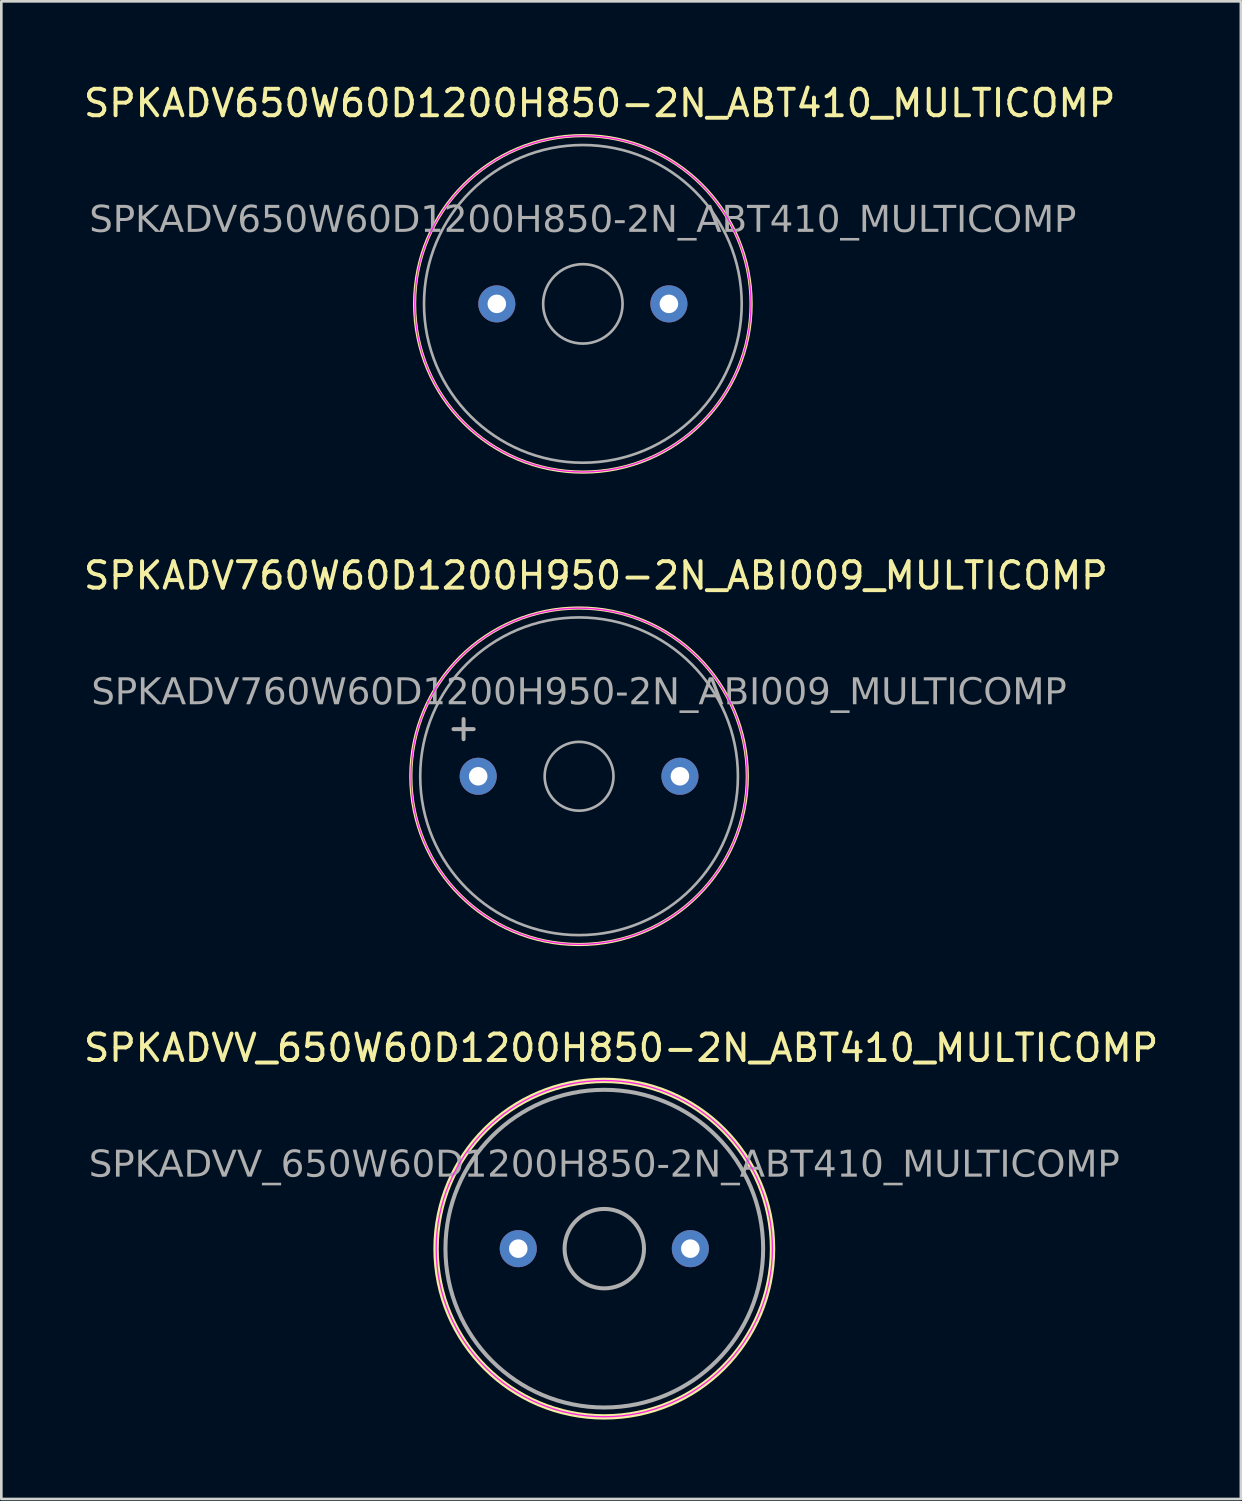
<source format=kicad_pcb>
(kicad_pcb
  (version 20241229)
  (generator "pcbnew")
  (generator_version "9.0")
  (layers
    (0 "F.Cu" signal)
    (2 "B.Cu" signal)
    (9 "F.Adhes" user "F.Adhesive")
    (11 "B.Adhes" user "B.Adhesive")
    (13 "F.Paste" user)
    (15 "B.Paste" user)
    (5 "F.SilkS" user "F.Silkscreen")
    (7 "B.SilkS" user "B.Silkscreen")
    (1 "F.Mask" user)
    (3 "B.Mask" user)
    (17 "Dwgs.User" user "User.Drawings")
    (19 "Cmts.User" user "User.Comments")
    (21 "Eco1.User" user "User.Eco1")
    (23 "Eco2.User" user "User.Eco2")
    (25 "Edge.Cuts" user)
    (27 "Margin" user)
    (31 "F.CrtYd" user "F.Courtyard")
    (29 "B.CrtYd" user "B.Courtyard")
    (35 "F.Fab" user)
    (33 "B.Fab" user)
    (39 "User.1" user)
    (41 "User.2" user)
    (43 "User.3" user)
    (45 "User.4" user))
  (footprint "SPKADVV_650W60D1200H850-2N_ABT410_MULTICOMP"
    (layer "F.Cu")
    (at 19.776 44.115)
    (property "Reference" "SPKADVV_650W60D1200H850-2N_ABT410_MULTICOMP" (at 0.635 -7.58 0) (layer "F.SilkS") (effects (font (size 1 1) (thickness 0.15))))
    (attr through_hole)
    (fp_circle (center 0 0) (end 6.355 0) (stroke (width 0.203) (type solid)) (fill no) (layer "F.SilkS"))
    (fp_circle (center 0 0) (end 6.35 0) (stroke (width 0.05) (type solid)) (fill no) (layer "F.CrtYd"))
    (fp_circle (center 0 0) (end 1.5 0) (stroke (width 0.152) (type solid)) (fill no) (layer "F.Fab"))
    (fp_circle (center 0 0) (end 6 0) (stroke (width 0.152) (type solid)) (fill no) (layer "F.Fab"))
    (fp_text user "${REFERENCE}" (at 0 -3.135 0) (layer "F.Fab") (effects (font (face "Tahoma") (size 1 1) (thickness 0.15))))
    (pad "1" thru_hole circle (at -3.25 0) (size 1.4 1.4) (drill 0.7) (layers "*.Cu" "*.Mask"))
    (pad "2" thru_hole circle (at 3.25 0) (size 1.4 1.4) (drill 0.7) (layers "*.Cu" "*.Mask")))
  (footprint "SPKADV760W60D1200H950-2N_ABI009_MULTICOMP"
    (layer "F.Cu")
    (at 18.823 26.272)
    (property "Reference" "SPKADV760W60D1200H950-2N_ABI009_MULTICOMP" (at 0.635 -7.58 0) (layer "F.SilkS") (effects (font (size 1 1) (thickness 0.15))))
    (attr through_hole)
    (fp_circle (center 0 0) (end 6.355 0) (stroke (width 0.12) (type solid)) (fill no) (layer "F.SilkS"))
    (fp_circle (center 0 0) (end 6.35 0) (stroke (width 0.05) (type solid)) (fill no) (layer "F.CrtYd"))
    (fp_circle (center 0 0) (end 1.3 0) (stroke (width 0.1) (type solid)) (fill no) (layer "F.Fab"))
    (fp_circle (center 0 0) (end 6 0) (stroke (width 0.1) (type solid)) (fill no) (layer "F.Fab"))
    (fp_text user "+" (at -5.08 -1.27 0) (unlocked yes) (layer "F.Fab") (effects (font (size 1 1) (thickness 0.15)) (justify left bottom)))
    (fp_text user "${REFERENCE}" (at 0 -3.135 0) (layer "F.Fab") (effects (font (face "Tahoma") (size 1 1) (thickness 0.15))))
    (pad "1" thru_hole circle (at -3.81 0) (size 1.4 1.4) (drill 0.7) (layers "*.Cu" "*.Mask"))
    (pad "2" thru_hole circle (at 3.81 0) (size 1.4 1.4) (drill 0.7) (layers "*.Cu" "*.Mask")))
  (footprint "SPKADV650W60D1200H850-2N_ABT410_MULTICOMP"
    (layer "F.Cu")
    (at 18.966 8.428)
    (property "Reference" "SPKADV650W60D1200H850-2N_ABT410_MULTICOMP" (at 0.635 -7.58 0) (layer "F.SilkS") (effects (font (size 1 1) (thickness 0.15))))
    (attr through_hole)
    (fp_circle (center 0 0) (end 6.355 0) (stroke (width 0.12) (type solid)) (fill no) (layer "F.SilkS"))
    (fp_circle (center 0 0) (end 6.35 0) (stroke (width 0.05) (type solid)) (fill no) (layer "F.CrtYd"))
    (fp_circle (center 0 0) (end 1.5 0) (stroke (width 0.1) (type solid)) (fill no) (layer "F.Fab"))
    (fp_circle (center 0 0) (end 6 0) (stroke (width 0.1) (type solid)) (fill no) (layer "F.Fab"))
    (fp_text user "${REFERENCE}" (at 0 -3.135 0) (layer "F.Fab") (effects (font (face "Tahoma") (size 1 1) (thickness 0.15))))
    (pad "1" thru_hole circle (at -3.25 0) (size 1.4 1.4) (drill 0.7) (layers "*.Cu" "*.Mask"))
    (pad "2" thru_hole circle (at 3.25 0) (size 1.4 1.4) (drill 0.7) (layers "*.Cu" "*.Mask")))
  (gr_rect
    (start -3 -3)
    (end 43.821 53.572)
    (stroke (width 0.1) (type default))
    (fill no)
    (layer "Edge.Cuts")))
</source>
